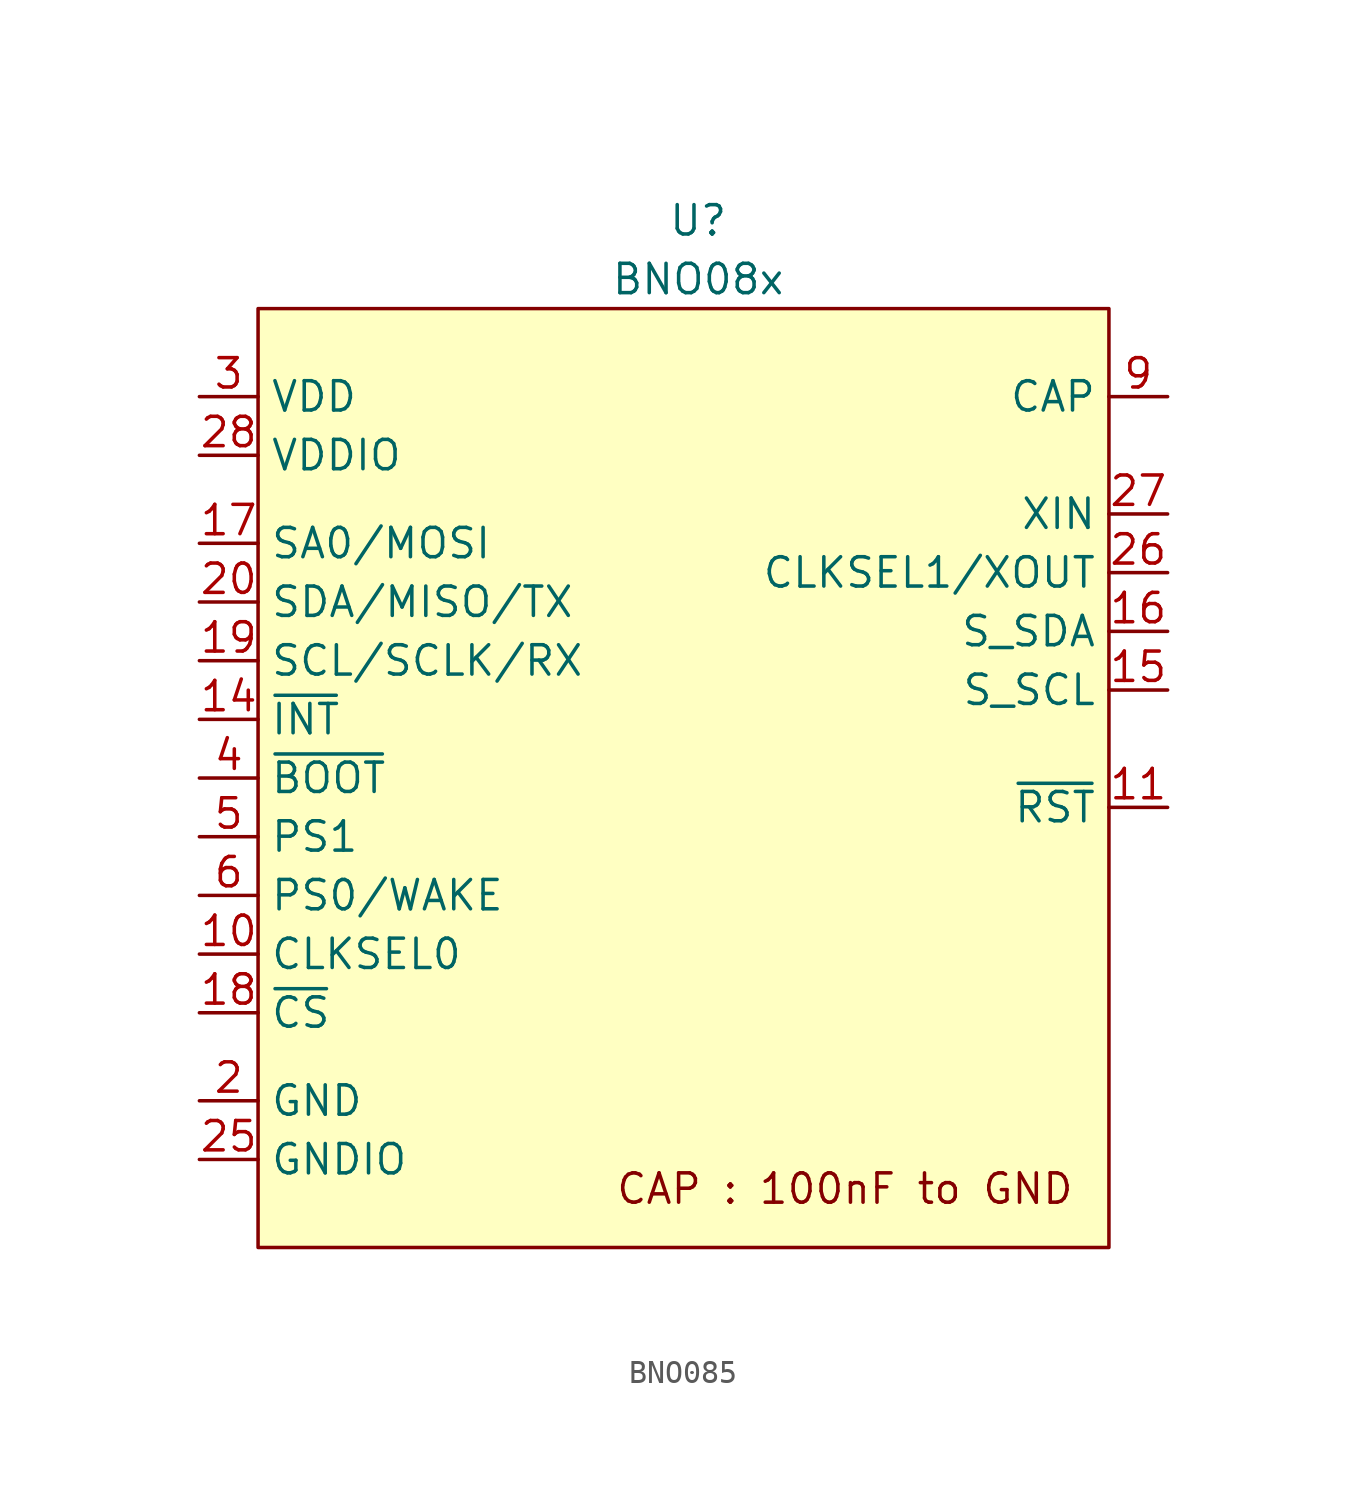
<source format=kicad_sym>
(kicad_symbol_lib
  (version 20220914)
  (generator kicad_symbol_editor)
  (symbol "BNO085"
    (property "Reference" "U"
      (at 16.51 6.35 0)
      (effects (font (size 1.27 1.27))))
    (property "Value" "BNO08x"
      (at 16.51 3.81 0)
      (effects (font (size 1.27 1.27))))
    (symbol "BNO085_1_1"
      (rectangle (start -2.54 2.54) (end 34.29 -38.1) (stroke (width 0) (type default)) (fill (type background)))
      (text "CAP : 100nF to GND\n" (at 22.86 -35.56 0) (effects (font (size 1.27 1.27))))
      (pin input line (at -5.08 -25.4 0) (length 2.54) (name "CLKSEL0" (effects (font (size 1.27 1.27)))) (number "10" (effects (font (size 1.27 1.27)))))
      (pin input line (at 36.83 -19.05 180) (length 2.54) (name "~{RST}" (effects (font (size 1.27 1.27)))) (number "11" (effects (font (size 1.27 1.27)))))
      (pin output line (at -5.08 -15.24 0) (length 2.54) (name "~{INT}" (effects (font (size 1.27 1.27)))) (number "14" (effects (font (size 1.27 1.27)))))
      (pin output line (at 36.83 -13.97 180) (length 2.54) (name "S_SCL" (effects (font (size 1.27 1.27)))) (number "15" (effects (font (size 1.27 1.27)))))
      (pin output line (at 36.83 -11.43 180) (length 2.54) (name "S_SDA" (effects (font (size 1.27 1.27)))) (number "16" (effects (font (size 1.27 1.27)))))
      (pin input line (at -5.08 -7.62 0) (length 2.54) (name "SA0/MOSI" (effects (font (size 1.27 1.27)))) (number "17" (effects (font (size 1.27 1.27)))))
      (pin input line (at -5.08 -27.94 0) (length 2.54) (name "~{CS}" (effects (font (size 1.27 1.27)))) (number "18" (effects (font (size 1.27 1.27)))))
      (pin input line (at -5.08 -12.7 0) (length 2.54) (name "SCL/SCLK/RX" (effects (font (size 1.27 1.27)))) (number "19" (effects (font (size 1.27 1.27)))))
      (pin power_in line (at -5.08 -31.75 0) (length 2.54) (name "GND" (effects (font (size 1.27 1.27)))) (number "2" (effects (font (size 1.27 1.27)))))
      (pin output line (at -5.08 -10.16 0) (length 2.54) (name "SDA/MISO/TX" (effects (font (size 1.27 1.27)))) (number "20" (effects (font (size 1.27 1.27)))))
      (pin power_in line (at -5.08 -34.29 0) (length 2.54) (name "GNDIO" (effects (font (size 1.27 1.27)))) (number "25" (effects (font (size 1.27 1.27)))))
      (pin input line (at 36.83 -8.89 180) (length 2.54) (name "CLKSEL1/XOUT" (effects (font (size 1.27 1.27)))) (number "26" (effects (font (size 1.27 1.27)))))
      (pin input line (at 36.83 -6.35 180) (length 2.54) (name "XIN" (effects (font (size 1.27 1.27)))) (number "27" (effects (font (size 1.27 1.27)))))
      (pin power_in line (at -5.08 -3.81 0) (length 2.54) (name "VDDIO" (effects (font (size 1.27 1.27)))) (number "28" (effects (font (size 1.27 1.27)))))
      (pin power_in line (at -5.08 -1.27 0) (length 2.54) (name "VDD" (effects (font (size 1.27 1.27)))) (number "3" (effects (font (size 1.27 1.27)))))
      (pin input line (at -5.08 -17.78 0) (length 2.54) (name "~{BOOT}" (effects (font (size 1.27 1.27)))) (number "4" (effects (font (size 1.27 1.27)))))
      (pin input line (at -5.08 -20.32 0) (length 2.54) (name "PS1" (effects (font (size 1.27 1.27)))) (number "5" (effects (font (size 1.27 1.27)))))
      (pin input line (at -5.08 -22.86 0) (length 2.54) (name "PS0/WAKE" (effects (font (size 1.27 1.27)))) (number "6" (effects (font (size 1.27 1.27)))))
      (pin input line (at 36.83 -1.27 180) (length 2.54) (name "CAP" (effects (font (size 1.27 1.27)))) (number "9" (effects (font (size 1.27 1.27))))))))
</source>
